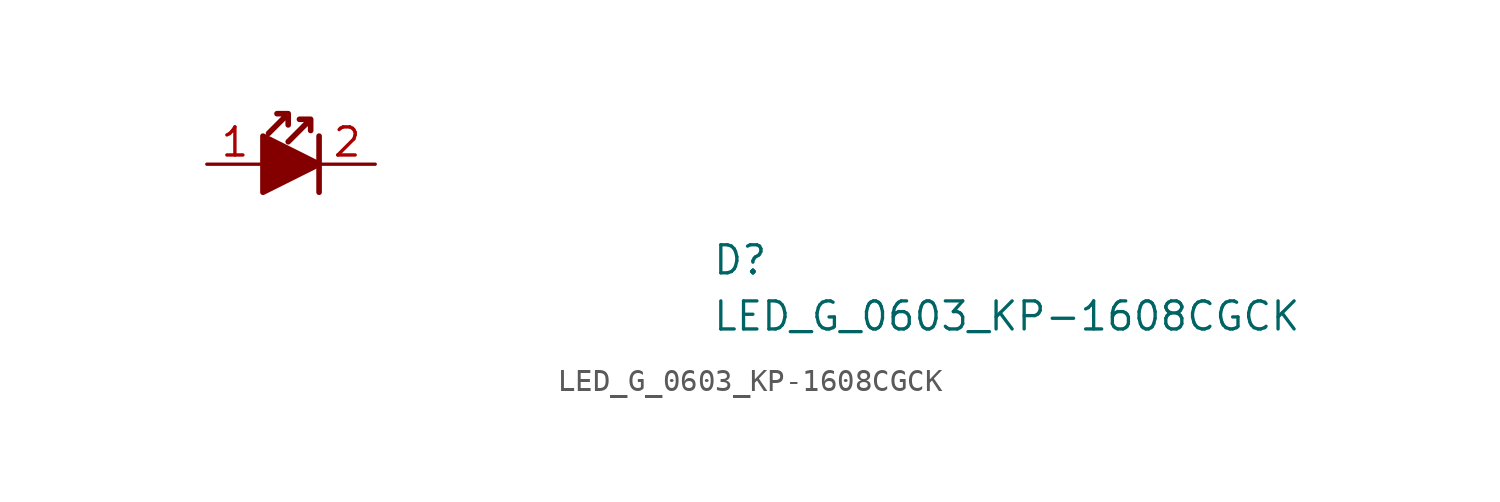
<source format=kicad_sym>
(kicad_symbol_lib
  (version 20220914)
  (generator kicad_symbol_editor)
  (symbol "LED_G_0603_KP-1608CGCK"
    (pin_names hide)
    (property "Reference" "D"
      (at 22.86 -5.08 0)
      (effects (font (size 1.27 1.27) (thickness 0.15)) (justify left bottom)))
    (property "Value" "LED_G_0603_KP-1608CGCK"
      (at 22.86 -7.62 0)
      (effects (font (size 1.27 1.27) (thickness 0.15)) (justify left bottom)))
    (symbol "LED_G_0603_KP-1608CGCK_1_1"
      (polyline (pts (xy 5.08 1.27) (xy 5.08 -1.27)) (stroke (width 0.254) (type default)) (fill (type none)))
      (polyline (pts (xy 2.54 1.27) (xy 2.54 -1.27) (xy 5.08 0) (xy 2.54 1.27)) (stroke (width 0.254) (type default)) (fill (type outline)))
      (polyline (pts (xy 3.683 2.286) (xy 3.683 1.778) (xy 3.683 2.286) (xy 3.175 2.286) (xy 3.683 2.286) (xy 2.794 1.397)) (stroke (width 0.254) (type default)) (fill (type none)))
      (polyline (pts (xy 4.699 2.032) (xy 4.699 1.524) (xy 4.699 2.032) (xy 4.191 2.032) (xy 4.699 2.032) (xy 3.683 1.016)) (stroke (width 0.254) (type default)) (fill (type none)))
      (pin passive line (at 0 0 0) (length 2.54) (name "1" (effects (font (size 1.27 1.27)))) (number "1" (effects (font (size 1.27 1.27)))))
      (pin passive line (at 7.62 0 180) (length 2.54) (name "2" (effects (font (size 1.27 1.27)))) (number "2" (effects (font (size 1.27 1.27))))))))
</source>
